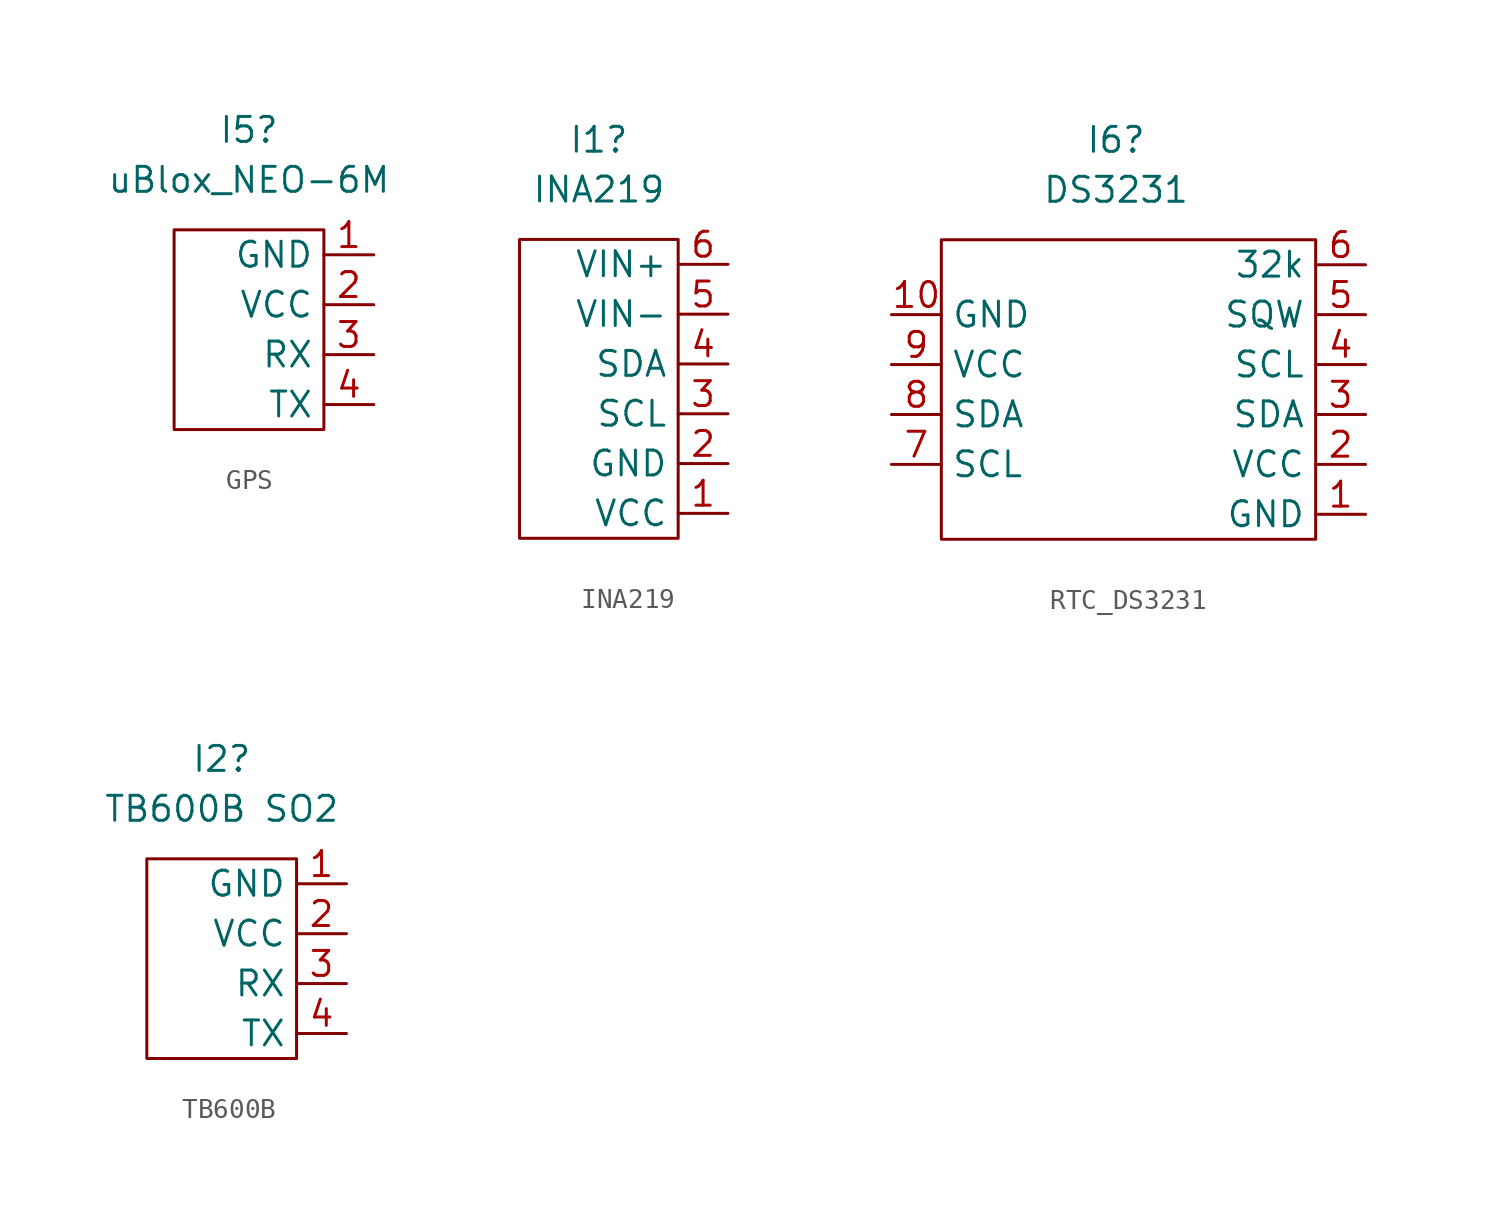
<source format=kicad_sym>
(kicad_symbol_lib
  (version 20241209)
  (generator "kicad_symbol_editor")
  (generator_version "9.0")
  (symbol "GPS"
    (property "Reference" "I5"
      (at 0 10.16 0)
      (effects (font (size 1.27 1.27))))
    (property "Value" "uBlox_NEO-6M"
      (at 0 7.62 0)
      (effects (font (size 1.27 1.27))))
    (symbol "GPS_0_1"
      (rectangle (start -3.81 5.08) (end 3.81 -5.08) (stroke (width 0) (type default)) (fill (type none))))
    (symbol "GPS_1_1"
      (pin passive line (at 6.35 3.81 180) (length 2.54) (name "GND" (effects (font (size 1.27 1.27)))) (number "1" (effects (font (size 1.27 1.27)))))
      (pin power_in line (at 6.35 1.27 180) (length 2.54) (name "VCC" (effects (font (size 1.27 1.27)))) (number "2" (effects (font (size 1.27 1.27)))))
      (pin bidirectional line (at 6.35 -1.27 180) (length 2.54) (name "RX" (effects (font (size 1.27 1.27)))) (number "3" (effects (font (size 1.27 1.27)))))
      (pin bidirectional line (at 6.35 -3.81 180) (length 2.54) (name "TX" (effects (font (size 1.27 1.27)))) (number "4" (effects (font (size 1.27 1.27)))))))
  (symbol "INA219"
    (property "Reference" "I1"
      (at -0.234 7.62 0)
      (effects (font (size 1.27 1.27))))
    (property "Value" "INA219"
      (at -0.234 5.08 0)
      (effects (font (size 1.27 1.27))))
    (symbol "INA219_0_1"
      (rectangle (start -4.279 -12.7) (end 3.81 2.54) (stroke (width 0) (type default)) (fill (type none))))
    (symbol "INA219_1_1"
      (pin bidirectional line (at 6.35 1.27 180) (length 2.54) (name "VIN+" (effects (font (size 1.27 1.27)))) (number "6" (effects (font (size 1.27 1.27)))))
      (pin bidirectional line (at 6.35 -1.27 180) (length 2.54) (name "VIN-" (effects (font (size 1.27 1.27)))) (number "5" (effects (font (size 1.27 1.27)))))
      (pin bidirectional line (at 6.35 -3.81 180) (length 2.54) (name "SDA" (effects (font (size 1.27 1.27)))) (number "4" (effects (font (size 1.27 1.27)))))
      (pin bidirectional line (at 6.35 -6.35 180) (length 2.54) (name "SCL" (effects (font (size 1.27 1.27)))) (number "3" (effects (font (size 1.27 1.27)))))
      (pin passive line (at 6.35 -8.89 180) (length 2.54) (name "GND" (effects (font (size 1.27 1.27)))) (number "2" (effects (font (size 1.27 1.27)))))
      (pin power_in line (at 6.35 -11.43 180) (length 2.54) (name "VCC" (effects (font (size 1.27 1.27)))) (number "1" (effects (font (size 1.27 1.27)))))))
  (symbol "RTC_DS3231​"
    (property "Reference" "I6"
      (at 0 12.7 0)
      (effects (font (size 1.27 1.27))))
    (property "Value" "DS3231​"
      (at 0 10.16 0)
      (effects (font (size 1.27 1.27))))
    (symbol "RTC_DS3231​_0_1"
      (rectangle (start -8.89 7.62) (end 10.16 -7.62) (stroke (width 0) (type default)) (fill (type none))))
    (symbol "RTC_DS3231​_1_1"
      (pin passive line (at -11.43 3.81 0) (length 2.54) (name "GND" (effects (font (size 1.27 1.27)))) (number "10" (effects (font (size 1.27 1.27)))))
      (pin power_in line (at -11.43 1.27 0) (length 2.54) (name "VCC" (effects (font (size 1.27 1.27)))) (number "9" (effects (font (size 1.27 1.27)))))
      (pin bidirectional line (at -11.43 -1.27 0) (length 2.54) (name "SDA" (effects (font (size 1.27 1.27)))) (number "8" (effects (font (size 1.27 1.27)))))
      (pin bidirectional line (at -11.43 -3.81 0) (length 2.54) (name "SCL" (effects (font (size 1.27 1.27)))) (number "7" (effects (font (size 1.27 1.27)))))
      (pin output line (at 12.7 6.35 180) (length 2.54) (name "32k" (effects (font (size 1.27 1.27)))) (number "6" (effects (font (size 1.27 1.27)))))
      (pin output line (at 12.7 3.81 180) (length 2.54) (name "SQW" (effects (font (size 1.27 1.27)))) (number "5" (effects (font (size 1.27 1.27)))))
      (pin bidirectional line (at 12.7 1.27 180) (length 2.54) (name "SCL" (effects (font (size 1.27 1.27)))) (number "4" (effects (font (size 1.27 1.27)))))
      (pin bidirectional line (at 12.7 -1.27 180) (length 2.54) (name "SDA" (effects (font (size 1.27 1.27)))) (number "3" (effects (font (size 1.27 1.27)))))
      (pin power_in line (at 12.7 -3.81 180) (length 2.54) (name "VCC" (effects (font (size 1.27 1.27)))) (number "2" (effects (font (size 1.27 1.27)))))
      (pin passive line (at 12.7 -6.35 180) (length 2.54) (name "GND" (effects (font (size 1.27 1.27)))) (number "1" (effects (font (size 1.27 1.27)))))))
  (symbol "TB600B"
    (property "Reference" "I2"
      (at 0 10.16 0)
      (effects (font (size 1.27 1.27))))
    (property "Value" "TB600B SO2"
      (at 0 7.62 0)
      (effects (font (size 1.27 1.27))))
    (symbol "TB600B_0_1"
      (rectangle (start -3.81 5.08) (end 3.81 -5.08) (stroke (width 0) (type default)) (fill (type none))))
    (symbol "TB600B_1_1"
      (pin passive line (at 6.35 3.81 180) (length 2.54) (name "GND" (effects (font (size 1.27 1.27)))) (number "1" (effects (font (size 1.27 1.27)))))
      (pin power_in line (at 6.35 1.27 180) (length 2.54) (name "VCC" (effects (font (size 1.27 1.27)))) (number "2" (effects (font (size 1.27 1.27)))))
      (pin bidirectional line (at 6.35 -1.27 180) (length 2.54) (name "RX" (effects (font (size 1.27 1.27)))) (number "3" (effects (font (size 1.27 1.27)))))
      (pin bidirectional line (at 6.35 -3.81 180) (length 2.54) (name "TX" (effects (font (size 1.27 1.27)))) (number "4" (effects (font (size 1.27 1.27))))))))
</source>
